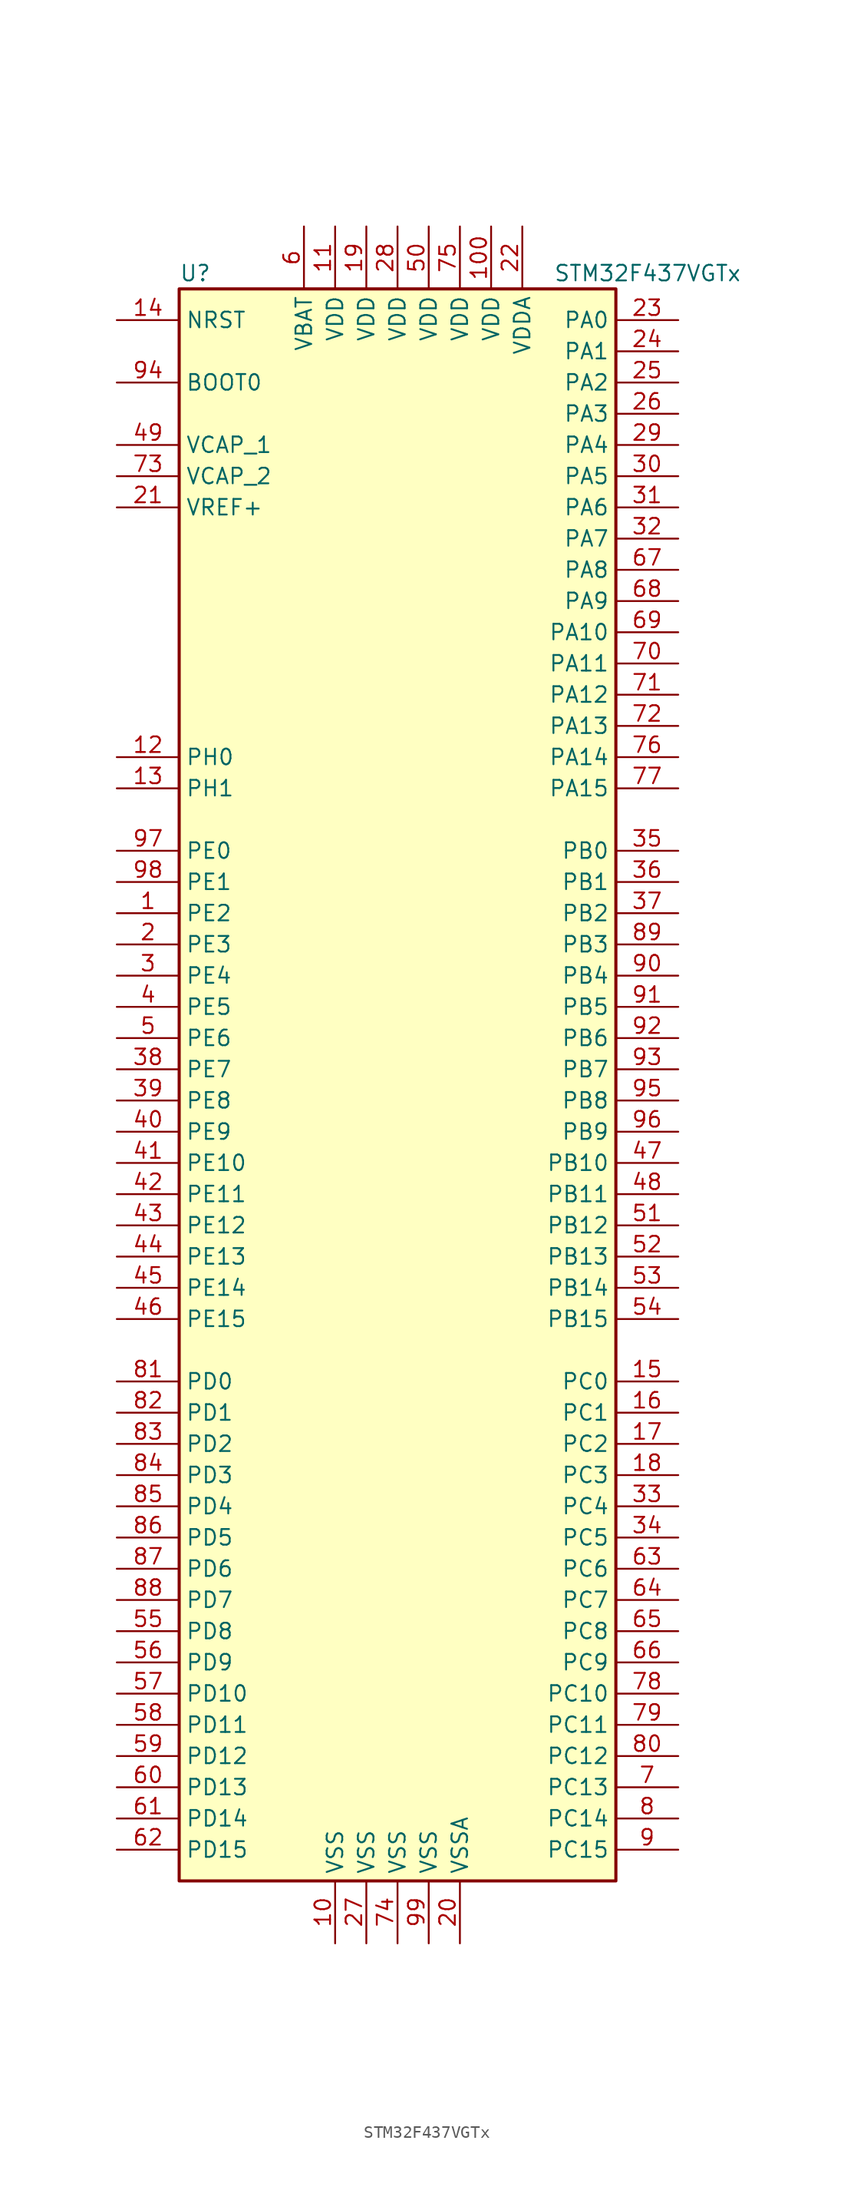
<source format=kicad_sym>
(kicad_symbol_lib
  (version 20201005)
  (generator kicad_symbol_editor)
  (symbol "STM32F437VGTx"
    (property "Reference" "U"
      (at -17.78 64.77 0)
      (effects (font (size 1.27 1.27)) (justify left)))
    (property "Value" "STM32F437VGTx"
      (at 12.7 64.77 0)
      (effects (font (size 1.27 1.27)) (justify left)))
    (symbol "STM32F437VGTx_0_1"
      (rectangle (start -17.78 -66.04) (end 17.78 63.5) (stroke (width 0.254)) (fill (type background))))
    (symbol "STM32F437VGTx_1_1"
      (pin bidirectional line (at -22.86 12.7 0) (length 5.08) (name "PE2" (effects (font (size 1.27 1.27)))) (number "1" (effects (font (size 1.27 1.27)))))
      (pin power_in line (at -5.08 -71.12 90) (length 5.08) (name "VSS" (effects (font (size 1.27 1.27)))) (number "10" (effects (font (size 1.27 1.27)))))
      (pin power_in line (at 7.62 68.58 270) (length 5.08) (name "VDD" (effects (font (size 1.27 1.27)))) (number "100" (effects (font (size 1.27 1.27)))))
      (pin power_in line (at -5.08 68.58 270) (length 5.08) (name "VDD" (effects (font (size 1.27 1.27)))) (number "11" (effects (font (size 1.27 1.27)))))
      (pin input line (at -22.86 25.4 0) (length 5.08) (name "PH0" (effects (font (size 1.27 1.27)))) (number "12" (effects (font (size 1.27 1.27)))))
      (pin input line (at -22.86 22.86 0) (length 5.08) (name "PH1" (effects (font (size 1.27 1.27)))) (number "13" (effects (font (size 1.27 1.27)))))
      (pin input line (at -22.86 60.96 0) (length 5.08) (name "NRST" (effects (font (size 1.27 1.27)))) (number "14" (effects (font (size 1.27 1.27)))))
      (pin bidirectional line (at 22.86 -25.4 180) (length 5.08) (name "PC0" (effects (font (size 1.27 1.27)))) (number "15" (effects (font (size 1.27 1.27)))))
      (pin bidirectional line (at 22.86 -27.94 180) (length 5.08) (name "PC1" (effects (font (size 1.27 1.27)))) (number "16" (effects (font (size 1.27 1.27)))))
      (pin bidirectional line (at 22.86 -30.48 180) (length 5.08) (name "PC2" (effects (font (size 1.27 1.27)))) (number "17" (effects (font (size 1.27 1.27)))))
      (pin bidirectional line (at 22.86 -33.02 180) (length 5.08) (name "PC3" (effects (font (size 1.27 1.27)))) (number "18" (effects (font (size 1.27 1.27)))))
      (pin power_in line (at -2.54 68.58 270) (length 5.08) (name "VDD" (effects (font (size 1.27 1.27)))) (number "19" (effects (font (size 1.27 1.27)))))
      (pin bidirectional line (at -22.86 10.16 0) (length 5.08) (name "PE3" (effects (font (size 1.27 1.27)))) (number "2" (effects (font (size 1.27 1.27)))))
      (pin power_in line (at 5.08 -71.12 90) (length 5.08) (name "VSSA" (effects (font (size 1.27 1.27)))) (number "20" (effects (font (size 1.27 1.27)))))
      (pin power_in line (at -22.86 45.72 0) (length 5.08) (name "VREF+" (effects (font (size 1.27 1.27)))) (number "21" (effects (font (size 1.27 1.27)))))
      (pin power_in line (at 10.16 68.58 270) (length 5.08) (name "VDDA" (effects (font (size 1.27 1.27)))) (number "22" (effects (font (size 1.27 1.27)))))
      (pin bidirectional line (at 22.86 60.96 180) (length 5.08) (name "PA0" (effects (font (size 1.27 1.27)))) (number "23" (effects (font (size 1.27 1.27)))))
      (pin bidirectional line (at 22.86 58.42 180) (length 5.08) (name "PA1" (effects (font (size 1.27 1.27)))) (number "24" (effects (font (size 1.27 1.27)))))
      (pin bidirectional line (at 22.86 55.88 180) (length 5.08) (name "PA2" (effects (font (size 1.27 1.27)))) (number "25" (effects (font (size 1.27 1.27)))))
      (pin bidirectional line (at 22.86 53.34 180) (length 5.08) (name "PA3" (effects (font (size 1.27 1.27)))) (number "26" (effects (font (size 1.27 1.27)))))
      (pin power_in line (at -2.54 -71.12 90) (length 5.08) (name "VSS" (effects (font (size 1.27 1.27)))) (number "27" (effects (font (size 1.27 1.27)))))
      (pin power_in line (at 0 68.58 270) (length 5.08) (name "VDD" (effects (font (size 1.27 1.27)))) (number "28" (effects (font (size 1.27 1.27)))))
      (pin bidirectional line (at 22.86 50.8 180) (length 5.08) (name "PA4" (effects (font (size 1.27 1.27)))) (number "29" (effects (font (size 1.27 1.27)))))
      (pin bidirectional line (at -22.86 7.62 0) (length 5.08) (name "PE4" (effects (font (size 1.27 1.27)))) (number "3" (effects (font (size 1.27 1.27)))))
      (pin bidirectional line (at 22.86 48.26 180) (length 5.08) (name "PA5" (effects (font (size 1.27 1.27)))) (number "30" (effects (font (size 1.27 1.27)))))
      (pin bidirectional line (at 22.86 45.72 180) (length 5.08) (name "PA6" (effects (font (size 1.27 1.27)))) (number "31" (effects (font (size 1.27 1.27)))))
      (pin bidirectional line (at 22.86 43.18 180) (length 5.08) (name "PA7" (effects (font (size 1.27 1.27)))) (number "32" (effects (font (size 1.27 1.27)))))
      (pin bidirectional line (at 22.86 -35.56 180) (length 5.08) (name "PC4" (effects (font (size 1.27 1.27)))) (number "33" (effects (font (size 1.27 1.27)))))
      (pin bidirectional line (at 22.86 -38.1 180) (length 5.08) (name "PC5" (effects (font (size 1.27 1.27)))) (number "34" (effects (font (size 1.27 1.27)))))
      (pin bidirectional line (at 22.86 17.78 180) (length 5.08) (name "PB0" (effects (font (size 1.27 1.27)))) (number "35" (effects (font (size 1.27 1.27)))))
      (pin bidirectional line (at 22.86 15.24 180) (length 5.08) (name "PB1" (effects (font (size 1.27 1.27)))) (number "36" (effects (font (size 1.27 1.27)))))
      (pin bidirectional line (at 22.86 12.7 180) (length 5.08) (name "PB2" (effects (font (size 1.27 1.27)))) (number "37" (effects (font (size 1.27 1.27)))))
      (pin bidirectional line (at -22.86 0 0) (length 5.08) (name "PE7" (effects (font (size 1.27 1.27)))) (number "38" (effects (font (size 1.27 1.27)))))
      (pin bidirectional line (at -22.86 -2.54 0) (length 5.08) (name "PE8" (effects (font (size 1.27 1.27)))) (number "39" (effects (font (size 1.27 1.27)))))
      (pin bidirectional line (at -22.86 5.08 0) (length 5.08) (name "PE5" (effects (font (size 1.27 1.27)))) (number "4" (effects (font (size 1.27 1.27)))))
      (pin bidirectional line (at -22.86 -5.08 0) (length 5.08) (name "PE9" (effects (font (size 1.27 1.27)))) (number "40" (effects (font (size 1.27 1.27)))))
      (pin bidirectional line (at -22.86 -7.62 0) (length 5.08) (name "PE10" (effects (font (size 1.27 1.27)))) (number "41" (effects (font (size 1.27 1.27)))))
      (pin bidirectional line (at -22.86 -10.16 0) (length 5.08) (name "PE11" (effects (font (size 1.27 1.27)))) (number "42" (effects (font (size 1.27 1.27)))))
      (pin bidirectional line (at -22.86 -12.7 0) (length 5.08) (name "PE12" (effects (font (size 1.27 1.27)))) (number "43" (effects (font (size 1.27 1.27)))))
      (pin bidirectional line (at -22.86 -15.24 0) (length 5.08) (name "PE13" (effects (font (size 1.27 1.27)))) (number "44" (effects (font (size 1.27 1.27)))))
      (pin bidirectional line (at -22.86 -17.78 0) (length 5.08) (name "PE14" (effects (font (size 1.27 1.27)))) (number "45" (effects (font (size 1.27 1.27)))))
      (pin bidirectional line (at -22.86 -20.32 0) (length 5.08) (name "PE15" (effects (font (size 1.27 1.27)))) (number "46" (effects (font (size 1.27 1.27)))))
      (pin bidirectional line (at 22.86 -7.62 180) (length 5.08) (name "PB10" (effects (font (size 1.27 1.27)))) (number "47" (effects (font (size 1.27 1.27)))))
      (pin bidirectional line (at 22.86 -10.16 180) (length 5.08) (name "PB11" (effects (font (size 1.27 1.27)))) (number "48" (effects (font (size 1.27 1.27)))))
      (pin power_in line (at -22.86 50.8 0) (length 5.08) (name "VCAP_1" (effects (font (size 1.27 1.27)))) (number "49" (effects (font (size 1.27 1.27)))))
      (pin bidirectional line (at -22.86 2.54 0) (length 5.08) (name "PE6" (effects (font (size 1.27 1.27)))) (number "5" (effects (font (size 1.27 1.27)))))
      (pin power_in line (at 2.54 68.58 270) (length 5.08) (name "VDD" (effects (font (size 1.27 1.27)))) (number "50" (effects (font (size 1.27 1.27)))))
      (pin bidirectional line (at 22.86 -12.7 180) (length 5.08) (name "PB12" (effects (font (size 1.27 1.27)))) (number "51" (effects (font (size 1.27 1.27)))))
      (pin bidirectional line (at 22.86 -15.24 180) (length 5.08) (name "PB13" (effects (font (size 1.27 1.27)))) (number "52" (effects (font (size 1.27 1.27)))))
      (pin bidirectional line (at 22.86 -17.78 180) (length 5.08) (name "PB14" (effects (font (size 1.27 1.27)))) (number "53" (effects (font (size 1.27 1.27)))))
      (pin bidirectional line (at 22.86 -20.32 180) (length 5.08) (name "PB15" (effects (font (size 1.27 1.27)))) (number "54" (effects (font (size 1.27 1.27)))))
      (pin bidirectional line (at -22.86 -45.72 0) (length 5.08) (name "PD8" (effects (font (size 1.27 1.27)))) (number "55" (effects (font (size 1.27 1.27)))))
      (pin bidirectional line (at -22.86 -48.26 0) (length 5.08) (name "PD9" (effects (font (size 1.27 1.27)))) (number "56" (effects (font (size 1.27 1.27)))))
      (pin bidirectional line (at -22.86 -50.8 0) (length 5.08) (name "PD10" (effects (font (size 1.27 1.27)))) (number "57" (effects (font (size 1.27 1.27)))))
      (pin bidirectional line (at -22.86 -53.34 0) (length 5.08) (name "PD11" (effects (font (size 1.27 1.27)))) (number "58" (effects (font (size 1.27 1.27)))))
      (pin bidirectional line (at -22.86 -55.88 0) (length 5.08) (name "PD12" (effects (font (size 1.27 1.27)))) (number "59" (effects (font (size 1.27 1.27)))))
      (pin power_in line (at -7.62 68.58 270) (length 5.08) (name "VBAT" (effects (font (size 1.27 1.27)))) (number "6" (effects (font (size 1.27 1.27)))))
      (pin bidirectional line (at -22.86 -58.42 0) (length 5.08) (name "PD13" (effects (font (size 1.27 1.27)))) (number "60" (effects (font (size 1.27 1.27)))))
      (pin bidirectional line (at -22.86 -60.96 0) (length 5.08) (name "PD14" (effects (font (size 1.27 1.27)))) (number "61" (effects (font (size 1.27 1.27)))))
      (pin bidirectional line (at -22.86 -63.5 0) (length 5.08) (name "PD15" (effects (font (size 1.27 1.27)))) (number "62" (effects (font (size 1.27 1.27)))))
      (pin bidirectional line (at 22.86 -40.64 180) (length 5.08) (name "PC6" (effects (font (size 1.27 1.27)))) (number "63" (effects (font (size 1.27 1.27)))))
      (pin bidirectional line (at 22.86 -43.18 180) (length 5.08) (name "PC7" (effects (font (size 1.27 1.27)))) (number "64" (effects (font (size 1.27 1.27)))))
      (pin bidirectional line (at 22.86 -45.72 180) (length 5.08) (name "PC8" (effects (font (size 1.27 1.27)))) (number "65" (effects (font (size 1.27 1.27)))))
      (pin bidirectional line (at 22.86 -48.26 180) (length 5.08) (name "PC9" (effects (font (size 1.27 1.27)))) (number "66" (effects (font (size 1.27 1.27)))))
      (pin bidirectional line (at 22.86 40.64 180) (length 5.08) (name "PA8" (effects (font (size 1.27 1.27)))) (number "67" (effects (font (size 1.27 1.27)))))
      (pin bidirectional line (at 22.86 38.1 180) (length 5.08) (name "PA9" (effects (font (size 1.27 1.27)))) (number "68" (effects (font (size 1.27 1.27)))))
      (pin bidirectional line (at 22.86 35.56 180) (length 5.08) (name "PA10" (effects (font (size 1.27 1.27)))) (number "69" (effects (font (size 1.27 1.27)))))
      (pin bidirectional line (at 22.86 -58.42 180) (length 5.08) (name "PC13" (effects (font (size 1.27 1.27)))) (number "7" (effects (font (size 1.27 1.27)))))
      (pin bidirectional line (at 22.86 33.02 180) (length 5.08) (name "PA11" (effects (font (size 1.27 1.27)))) (number "70" (effects (font (size 1.27 1.27)))))
      (pin bidirectional line (at 22.86 30.48 180) (length 5.08) (name "PA12" (effects (font (size 1.27 1.27)))) (number "71" (effects (font (size 1.27 1.27)))))
      (pin bidirectional line (at 22.86 27.94 180) (length 5.08) (name "PA13" (effects (font (size 1.27 1.27)))) (number "72" (effects (font (size 1.27 1.27)))))
      (pin power_in line (at -22.86 48.26 0) (length 5.08) (name "VCAP_2" (effects (font (size 1.27 1.27)))) (number "73" (effects (font (size 1.27 1.27)))))
      (pin power_in line (at 0 -71.12 90) (length 5.08) (name "VSS" (effects (font (size 1.27 1.27)))) (number "74" (effects (font (size 1.27 1.27)))))
      (pin power_in line (at 5.08 68.58 270) (length 5.08) (name "VDD" (effects (font (size 1.27 1.27)))) (number "75" (effects (font (size 1.27 1.27)))))
      (pin bidirectional line (at 22.86 25.4 180) (length 5.08) (name "PA14" (effects (font (size 1.27 1.27)))) (number "76" (effects (font (size 1.27 1.27)))))
      (pin bidirectional line (at 22.86 22.86 180) (length 5.08) (name "PA15" (effects (font (size 1.27 1.27)))) (number "77" (effects (font (size 1.27 1.27)))))
      (pin bidirectional line (at 22.86 -50.8 180) (length 5.08) (name "PC10" (effects (font (size 1.27 1.27)))) (number "78" (effects (font (size 1.27 1.27)))))
      (pin bidirectional line (at 22.86 -53.34 180) (length 5.08) (name "PC11" (effects (font (size 1.27 1.27)))) (number "79" (effects (font (size 1.27 1.27)))))
      (pin bidirectional line (at 22.86 -60.96 180) (length 5.08) (name "PC14" (effects (font (size 1.27 1.27)))) (number "8" (effects (font (size 1.27 1.27)))))
      (pin bidirectional line (at 22.86 -55.88 180) (length 5.08) (name "PC12" (effects (font (size 1.27 1.27)))) (number "80" (effects (font (size 1.27 1.27)))))
      (pin bidirectional line (at -22.86 -25.4 0) (length 5.08) (name "PD0" (effects (font (size 1.27 1.27)))) (number "81" (effects (font (size 1.27 1.27)))))
      (pin bidirectional line (at -22.86 -27.94 0) (length 5.08) (name "PD1" (effects (font (size 1.27 1.27)))) (number "82" (effects (font (size 1.27 1.27)))))
      (pin bidirectional line (at -22.86 -30.48 0) (length 5.08) (name "PD2" (effects (font (size 1.27 1.27)))) (number "83" (effects (font (size 1.27 1.27)))))
      (pin bidirectional line (at -22.86 -33.02 0) (length 5.08) (name "PD3" (effects (font (size 1.27 1.27)))) (number "84" (effects (font (size 1.27 1.27)))))
      (pin bidirectional line (at -22.86 -35.56 0) (length 5.08) (name "PD4" (effects (font (size 1.27 1.27)))) (number "85" (effects (font (size 1.27 1.27)))))
      (pin bidirectional line (at -22.86 -38.1 0) (length 5.08) (name "PD5" (effects (font (size 1.27 1.27)))) (number "86" (effects (font (size 1.27 1.27)))))
      (pin bidirectional line (at -22.86 -40.64 0) (length 5.08) (name "PD6" (effects (font (size 1.27 1.27)))) (number "87" (effects (font (size 1.27 1.27)))))
      (pin bidirectional line (at -22.86 -43.18 0) (length 5.08) (name "PD7" (effects (font (size 1.27 1.27)))) (number "88" (effects (font (size 1.27 1.27)))))
      (pin bidirectional line (at 22.86 10.16 180) (length 5.08) (name "PB3" (effects (font (size 1.27 1.27)))) (number "89" (effects (font (size 1.27 1.27)))))
      (pin bidirectional line (at 22.86 -63.5 180) (length 5.08) (name "PC15" (effects (font (size 1.27 1.27)))) (number "9" (effects (font (size 1.27 1.27)))))
      (pin bidirectional line (at 22.86 7.62 180) (length 5.08) (name "PB4" (effects (font (size 1.27 1.27)))) (number "90" (effects (font (size 1.27 1.27)))))
      (pin bidirectional line (at 22.86 5.08 180) (length 5.08) (name "PB5" (effects (font (size 1.27 1.27)))) (number "91" (effects (font (size 1.27 1.27)))))
      (pin bidirectional line (at 22.86 2.54 180) (length 5.08) (name "PB6" (effects (font (size 1.27 1.27)))) (number "92" (effects (font (size 1.27 1.27)))))
      (pin bidirectional line (at 22.86 0 180) (length 5.08) (name "PB7" (effects (font (size 1.27 1.27)))) (number "93" (effects (font (size 1.27 1.27)))))
      (pin input line (at -22.86 55.88 0) (length 5.08) (name "BOOT0" (effects (font (size 1.27 1.27)))) (number "94" (effects (font (size 1.27 1.27)))))
      (pin bidirectional line (at 22.86 -2.54 180) (length 5.08) (name "PB8" (effects (font (size 1.27 1.27)))) (number "95" (effects (font (size 1.27 1.27)))))
      (pin bidirectional line (at 22.86 -5.08 180) (length 5.08) (name "PB9" (effects (font (size 1.27 1.27)))) (number "96" (effects (font (size 1.27 1.27)))))
      (pin bidirectional line (at -22.86 17.78 0) (length 5.08) (name "PE0" (effects (font (size 1.27 1.27)))) (number "97" (effects (font (size 1.27 1.27)))))
      (pin bidirectional line (at -22.86 15.24 0) (length 5.08) (name "PE1" (effects (font (size 1.27 1.27)))) (number "98" (effects (font (size 1.27 1.27)))))
      (pin power_in line (at 2.54 -71.12 90) (length 5.08) (name "VSS" (effects (font (size 1.27 1.27)))) (number "99" (effects (font (size 1.27 1.27))))))))
</source>
